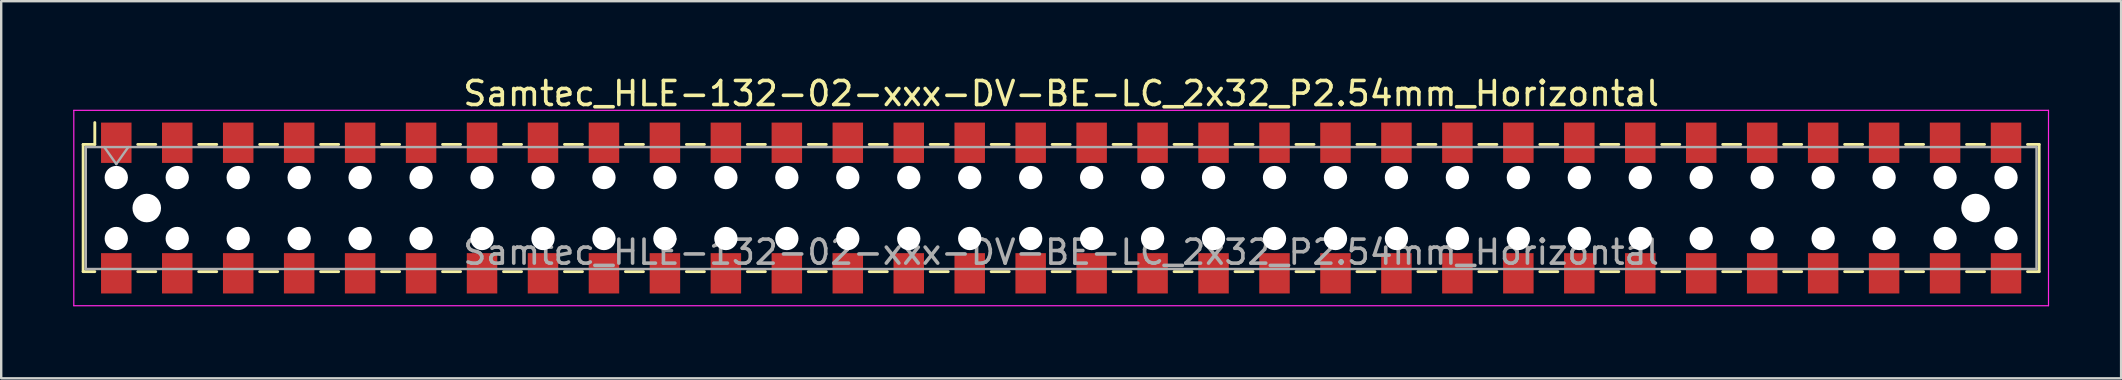
<source format=kicad_pcb>
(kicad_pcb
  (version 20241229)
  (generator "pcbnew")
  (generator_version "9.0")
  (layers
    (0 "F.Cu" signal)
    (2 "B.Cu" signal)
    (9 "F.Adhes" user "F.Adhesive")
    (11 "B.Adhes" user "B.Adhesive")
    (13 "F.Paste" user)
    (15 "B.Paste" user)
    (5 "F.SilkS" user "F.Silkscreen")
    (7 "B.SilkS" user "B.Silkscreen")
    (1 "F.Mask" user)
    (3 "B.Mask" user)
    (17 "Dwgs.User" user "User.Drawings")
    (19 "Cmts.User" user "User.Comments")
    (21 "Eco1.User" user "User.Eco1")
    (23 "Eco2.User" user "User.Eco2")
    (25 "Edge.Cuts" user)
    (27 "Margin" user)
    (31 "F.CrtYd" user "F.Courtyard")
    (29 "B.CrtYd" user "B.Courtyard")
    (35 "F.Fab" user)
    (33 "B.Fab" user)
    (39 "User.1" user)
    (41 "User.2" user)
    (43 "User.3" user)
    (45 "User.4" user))
  (footprint "Samtec_HLE-132-02-xxx-DV-BE-LC_2x32_P2.54mm_Horizontal"
    (layer "F.Cu")
    (at 41.165 5.618)
    (property "Reference" "Samtec_HLE-132-02-xxx-DV-BE-LC_2x32_P2.54mm_Horizontal" (at 0 -4.77 0) (layer "F.SilkS") (effects (font (size 1 1) (thickness 0.15))))
    (attr smd)
    (fp_line (start -40.75 -2.65) (end -40.75 2.65) (stroke (width 0.12) (type solid)) (layer "F.SilkS"))
    (fp_line (start -40.75 2.65) (end -40.265 2.65) (stroke (width 0.12) (type solid)) (layer "F.SilkS"))
    (fp_line (start -40.265 -3.56) (end -40.265 -2.65) (stroke (width 0.12) (type solid)) (layer "F.SilkS"))
    (fp_line (start -40.265 -2.65) (end -40.75 -2.65) (stroke (width 0.12) (type solid)) (layer "F.SilkS"))
    (fp_line (start -38.475 -2.65) (end -37.725 -2.65) (stroke (width 0.12) (type solid)) (layer "F.SilkS"))
    (fp_line (start -38.475 2.65) (end -37.725 2.65) (stroke (width 0.12) (type solid)) (layer "F.SilkS"))
    (fp_line (start -35.935 -2.65) (end -35.185 -2.65) (stroke (width 0.12) (type solid)) (layer "F.SilkS"))
    (fp_line (start -35.935 2.65) (end -35.185 2.65) (stroke (width 0.12) (type solid)) (layer "F.SilkS"))
    (fp_line (start -33.395 -2.65) (end -32.645 -2.65) (stroke (width 0.12) (type solid)) (layer "F.SilkS"))
    (fp_line (start -33.395 2.65) (end -32.645 2.65) (stroke (width 0.12) (type solid)) (layer "F.SilkS"))
    (fp_line (start -30.855 -2.65) (end -30.105 -2.65) (stroke (width 0.12) (type solid)) (layer "F.SilkS"))
    (fp_line (start -30.855 2.65) (end -30.105 2.65) (stroke (width 0.12) (type solid)) (layer "F.SilkS"))
    (fp_line (start -28.315 -2.65) (end -27.565 -2.65) (stroke (width 0.12) (type solid)) (layer "F.SilkS"))
    (fp_line (start -28.315 2.65) (end -27.565 2.65) (stroke (width 0.12) (type solid)) (layer "F.SilkS"))
    (fp_line (start -25.775 -2.65) (end -25.025 -2.65) (stroke (width 0.12) (type solid)) (layer "F.SilkS"))
    (fp_line (start -25.775 2.65) (end -25.025 2.65) (stroke (width 0.12) (type solid)) (layer "F.SilkS"))
    (fp_line (start -23.235 -2.65) (end -22.485 -2.65) (stroke (width 0.12) (type solid)) (layer "F.SilkS"))
    (fp_line (start -23.235 2.65) (end -22.485 2.65) (stroke (width 0.12) (type solid)) (layer "F.SilkS"))
    (fp_line (start -20.695 -2.65) (end -19.945 -2.65) (stroke (width 0.12) (type solid)) (layer "F.SilkS"))
    (fp_line (start -20.695 2.65) (end -19.945 2.65) (stroke (width 0.12) (type solid)) (layer "F.SilkS"))
    (fp_line (start -18.155 -2.65) (end -17.405 -2.65) (stroke (width 0.12) (type solid)) (layer "F.SilkS"))
    (fp_line (start -18.155 2.65) (end -17.405 2.65) (stroke (width 0.12) (type solid)) (layer "F.SilkS"))
    (fp_line (start -15.615 -2.65) (end -14.865 -2.65) (stroke (width 0.12) (type solid)) (layer "F.SilkS"))
    (fp_line (start -15.615 2.65) (end -14.865 2.65) (stroke (width 0.12) (type solid)) (layer "F.SilkS"))
    (fp_line (start -13.075 -2.65) (end -12.325 -2.65) (stroke (width 0.12) (type solid)) (layer "F.SilkS"))
    (fp_line (start -13.075 2.65) (end -12.325 2.65) (stroke (width 0.12) (type solid)) (layer "F.SilkS"))
    (fp_line (start -10.535 -2.65) (end -9.785 -2.65) (stroke (width 0.12) (type solid)) (layer "F.SilkS"))
    (fp_line (start -10.535 2.65) (end -9.785 2.65) (stroke (width 0.12) (type solid)) (layer "F.SilkS"))
    (fp_line (start -7.995 -2.65) (end -7.245 -2.65) (stroke (width 0.12) (type solid)) (layer "F.SilkS"))
    (fp_line (start -7.995 2.65) (end -7.245 2.65) (stroke (width 0.12) (type solid)) (layer "F.SilkS"))
    (fp_line (start -5.455 -2.65) (end -4.705 -2.65) (stroke (width 0.12) (type solid)) (layer "F.SilkS"))
    (fp_line (start -5.455 2.65) (end -4.705 2.65) (stroke (width 0.12) (type solid)) (layer "F.SilkS"))
    (fp_line (start -2.915 -2.65) (end -2.165 -2.65) (stroke (width 0.12) (type solid)) (layer "F.SilkS"))
    (fp_line (start -2.915 2.65) (end -2.165 2.65) (stroke (width 0.12) (type solid)) (layer "F.SilkS"))
    (fp_line (start -0.375 -2.65) (end 0.375 -2.65) (stroke (width 0.12) (type solid)) (layer "F.SilkS"))
    (fp_line (start -0.375 2.65) (end 0.375 2.65) (stroke (width 0.12) (type solid)) (layer "F.SilkS"))
    (fp_line (start 2.165 -2.65) (end 2.915 -2.65) (stroke (width 0.12) (type solid)) (layer "F.SilkS"))
    (fp_line (start 2.165 2.65) (end 2.915 2.65) (stroke (width 0.12) (type solid)) (layer "F.SilkS"))
    (fp_line (start 4.705 -2.65) (end 5.455 -2.65) (stroke (width 0.12) (type solid)) (layer "F.SilkS"))
    (fp_line (start 4.705 2.65) (end 5.455 2.65) (stroke (width 0.12) (type solid)) (layer "F.SilkS"))
    (fp_line (start 7.245 -2.65) (end 7.995 -2.65) (stroke (width 0.12) (type solid)) (layer "F.SilkS"))
    (fp_line (start 7.245 2.65) (end 7.995 2.65) (stroke (width 0.12) (type solid)) (layer "F.SilkS"))
    (fp_line (start 9.785 -2.65) (end 10.535 -2.65) (stroke (width 0.12) (type solid)) (layer "F.SilkS"))
    (fp_line (start 9.785 2.65) (end 10.535 2.65) (stroke (width 0.12) (type solid)) (layer "F.SilkS"))
    (fp_line (start 12.325 -2.65) (end 13.075 -2.65) (stroke (width 0.12) (type solid)) (layer "F.SilkS"))
    (fp_line (start 12.325 2.65) (end 13.075 2.65) (stroke (width 0.12) (type solid)) (layer "F.SilkS"))
    (fp_line (start 14.865 -2.65) (end 15.615 -2.65) (stroke (width 0.12) (type solid)) (layer "F.SilkS"))
    (fp_line (start 14.865 2.65) (end 15.615 2.65) (stroke (width 0.12) (type solid)) (layer "F.SilkS"))
    (fp_line (start 17.405 -2.65) (end 18.155 -2.65) (stroke (width 0.12) (type solid)) (layer "F.SilkS"))
    (fp_line (start 17.405 2.65) (end 18.155 2.65) (stroke (width 0.12) (type solid)) (layer "F.SilkS"))
    (fp_line (start 19.945 -2.65) (end 20.695 -2.65) (stroke (width 0.12) (type solid)) (layer "F.SilkS"))
    (fp_line (start 19.945 2.65) (end 20.695 2.65) (stroke (width 0.12) (type solid)) (layer "F.SilkS"))
    (fp_line (start 22.485 -2.65) (end 23.235 -2.65) (stroke (width 0.12) (type solid)) (layer "F.SilkS"))
    (fp_line (start 22.485 2.65) (end 23.235 2.65) (stroke (width 0.12) (type solid)) (layer "F.SilkS"))
    (fp_line (start 25.025 -2.65) (end 25.775 -2.65) (stroke (width 0.12) (type solid)) (layer "F.SilkS"))
    (fp_line (start 25.025 2.65) (end 25.775 2.65) (stroke (width 0.12) (type solid)) (layer "F.SilkS"))
    (fp_line (start 27.565 -2.65) (end 28.315 -2.65) (stroke (width 0.12) (type solid)) (layer "F.SilkS"))
    (fp_line (start 27.565 2.65) (end 28.315 2.65) (stroke (width 0.12) (type solid)) (layer "F.SilkS"))
    (fp_line (start 30.105 -2.65) (end 30.855 -2.65) (stroke (width 0.12) (type solid)) (layer "F.SilkS"))
    (fp_line (start 30.105 2.65) (end 30.855 2.65) (stroke (width 0.12) (type solid)) (layer "F.SilkS"))
    (fp_line (start 32.645 -2.65) (end 33.395 -2.65) (stroke (width 0.12) (type solid)) (layer "F.SilkS"))
    (fp_line (start 32.645 2.65) (end 33.395 2.65) (stroke (width 0.12) (type solid)) (layer "F.SilkS"))
    (fp_line (start 35.185 -2.65) (end 35.935 -2.65) (stroke (width 0.12) (type solid)) (layer "F.SilkS"))
    (fp_line (start 35.185 2.65) (end 35.935 2.65) (stroke (width 0.12) (type solid)) (layer "F.SilkS"))
    (fp_line (start 37.725 -2.65) (end 38.475 -2.65) (stroke (width 0.12) (type solid)) (layer "F.SilkS"))
    (fp_line (start 37.725 2.65) (end 38.475 2.65) (stroke (width 0.12) (type solid)) (layer "F.SilkS"))
    (fp_line (start 40.265 -2.65) (end 40.75 -2.65) (stroke (width 0.12) (type solid)) (layer "F.SilkS"))
    (fp_line (start 40.75 -2.65) (end 40.75 2.65) (stroke (width 0.12) (type solid)) (layer "F.SilkS"))
    (fp_line (start 40.75 2.65) (end 40.265 2.65) (stroke (width 0.12) (type solid)) (layer "F.SilkS"))
    (fp_line (start -41.14 -4.07) (end 41.14 -4.07) (stroke (width 0.05) (type solid)) (layer "F.CrtYd"))
    (fp_line (start -41.14 4.07) (end -41.14 -4.07) (stroke (width 0.05) (type solid)) (layer "F.CrtYd"))
    (fp_line (start 41.14 -4.07) (end 41.14 4.07) (stroke (width 0.05) (type solid)) (layer "F.CrtYd"))
    (fp_line (start 41.14 4.07) (end -41.14 4.07) (stroke (width 0.05) (type solid)) (layer "F.CrtYd"))
    (fp_line (start -40.64 -2.54) (end 40.64 -2.54) (stroke (width 0.1) (type solid)) (layer "F.Fab"))
    (fp_line (start -40.64 2.54) (end -40.64 -2.54) (stroke (width 0.1) (type solid)) (layer "F.Fab"))
    (fp_line (start -39.87 -2.54) (end -39.37 -1.833) (stroke (width 0.1) (type solid)) (layer "F.Fab"))
    (fp_line (start -39.37 -1.833) (end -38.87 -2.54) (stroke (width 0.1) (type solid)) (layer "F.Fab"))
    (fp_line (start 40.64 -2.54) (end 40.64 2.54) (stroke (width 0.1) (type solid)) (layer "F.Fab"))
    (fp_line (start 40.64 2.54) (end -40.64 2.54) (stroke (width 0.1) (type solid)) (layer "F.Fab"))
    (fp_text user "${REFERENCE}" (at 0 1.84 0) (layer "F.Fab") (effects (font (size 1 1) (thickness 0.15))))
    (pad "" np_thru_hole circle (at -39.37 -1.27) (size 0.97 0.97) (drill 0.97) (layers "*.Cu" "*.Mask"))
    (pad "" np_thru_hole circle (at -39.37 1.27) (size 0.97 0.97) (drill 0.97) (layers "*.Cu" "*.Mask"))
    (pad "" np_thru_hole circle (at -38.1 0) (size 1.19 1.19) (drill 1.19) (layers "*.Cu" "*.Mask"))
    (pad "" np_thru_hole circle (at -36.83 -1.27) (size 0.97 0.97) (drill 0.97) (layers "*.Cu" "*.Mask"))
    (pad "" np_thru_hole circle (at -36.83 1.27) (size 0.97 0.97) (drill 0.97) (layers "*.Cu" "*.Mask"))
    (pad "" np_thru_hole circle (at -34.29 -1.27) (size 0.97 0.97) (drill 0.97) (layers "*.Cu" "*.Mask"))
    (pad "" np_thru_hole circle (at -34.29 1.27) (size 0.97 0.97) (drill 0.97) (layers "*.Cu" "*.Mask"))
    (pad "" np_thru_hole circle (at -31.75 -1.27) (size 0.97 0.97) (drill 0.97) (layers "*.Cu" "*.Mask"))
    (pad "" np_thru_hole circle (at -31.75 1.27) (size 0.97 0.97) (drill 0.97) (layers "*.Cu" "*.Mask"))
    (pad "" np_thru_hole circle (at -29.21 -1.27) (size 0.97 0.97) (drill 0.97) (layers "*.Cu" "*.Mask"))
    (pad "" np_thru_hole circle (at -29.21 1.27) (size 0.97 0.97) (drill 0.97) (layers "*.Cu" "*.Mask"))
    (pad "" np_thru_hole circle (at -26.67 -1.27) (size 0.97 0.97) (drill 0.97) (layers "*.Cu" "*.Mask"))
    (pad "" np_thru_hole circle (at -26.67 1.27) (size 0.97 0.97) (drill 0.97) (layers "*.Cu" "*.Mask"))
    (pad "" np_thru_hole circle (at -24.13 -1.27) (size 0.97 0.97) (drill 0.97) (layers "*.Cu" "*.Mask"))
    (pad "" np_thru_hole circle (at -24.13 1.27) (size 0.97 0.97) (drill 0.97) (layers "*.Cu" "*.Mask"))
    (pad "" np_thru_hole circle (at -21.59 -1.27) (size 0.97 0.97) (drill 0.97) (layers "*.Cu" "*.Mask"))
    (pad "" np_thru_hole circle (at -21.59 1.27) (size 0.97 0.97) (drill 0.97) (layers "*.Cu" "*.Mask"))
    (pad "" np_thru_hole circle (at -19.05 -1.27) (size 0.97 0.97) (drill 0.97) (layers "*.Cu" "*.Mask"))
    (pad "" np_thru_hole circle (at -19.05 1.27) (size 0.97 0.97) (drill 0.97) (layers "*.Cu" "*.Mask"))
    (pad "" np_thru_hole circle (at -16.51 -1.27) (size 0.97 0.97) (drill 0.97) (layers "*.Cu" "*.Mask"))
    (pad "" np_thru_hole circle (at -16.51 1.27) (size 0.97 0.97) (drill 0.97) (layers "*.Cu" "*.Mask"))
    (pad "" np_thru_hole circle (at -13.97 -1.27) (size 0.97 0.97) (drill 0.97) (layers "*.Cu" "*.Mask"))
    (pad "" np_thru_hole circle (at -13.97 1.27) (size 0.97 0.97) (drill 0.97) (layers "*.Cu" "*.Mask"))
    (pad "" np_thru_hole circle (at -11.43 -1.27) (size 0.97 0.97) (drill 0.97) (layers "*.Cu" "*.Mask"))
    (pad "" np_thru_hole circle (at -11.43 1.27) (size 0.97 0.97) (drill 0.97) (layers "*.Cu" "*.Mask"))
    (pad "" np_thru_hole circle (at -8.89 -1.27) (size 0.97 0.97) (drill 0.97) (layers "*.Cu" "*.Mask"))
    (pad "" np_thru_hole circle (at -8.89 1.27) (size 0.97 0.97) (drill 0.97) (layers "*.Cu" "*.Mask"))
    (pad "" np_thru_hole circle (at -6.35 -1.27) (size 0.97 0.97) (drill 0.97) (layers "*.Cu" "*.Mask"))
    (pad "" np_thru_hole circle (at -6.35 1.27) (size 0.97 0.97) (drill 0.97) (layers "*.Cu" "*.Mask"))
    (pad "" np_thru_hole circle (at -3.81 -1.27) (size 0.97 0.97) (drill 0.97) (layers "*.Cu" "*.Mask"))
    (pad "" np_thru_hole circle (at -3.81 1.27) (size 0.97 0.97) (drill 0.97) (layers "*.Cu" "*.Mask"))
    (pad "" np_thru_hole circle (at -1.27 -1.27) (size 0.97 0.97) (drill 0.97) (layers "*.Cu" "*.Mask"))
    (pad "" np_thru_hole circle (at -1.27 1.27) (size 0.97 0.97) (drill 0.97) (layers "*.Cu" "*.Mask"))
    (pad "" np_thru_hole circle (at 1.27 -1.27) (size 0.97 0.97) (drill 0.97) (layers "*.Cu" "*.Mask"))
    (pad "" np_thru_hole circle (at 1.27 1.27) (size 0.97 0.97) (drill 0.97) (layers "*.Cu" "*.Mask"))
    (pad "" np_thru_hole circle (at 3.81 -1.27) (size 0.97 0.97) (drill 0.97) (layers "*.Cu" "*.Mask"))
    (pad "" np_thru_hole circle (at 3.81 1.27) (size 0.97 0.97) (drill 0.97) (layers "*.Cu" "*.Mask"))
    (pad "" np_thru_hole circle (at 6.35 -1.27) (size 0.97 0.97) (drill 0.97) (layers "*.Cu" "*.Mask"))
    (pad "" np_thru_hole circle (at 6.35 1.27) (size 0.97 0.97) (drill 0.97) (layers "*.Cu" "*.Mask"))
    (pad "" np_thru_hole circle (at 8.89 -1.27) (size 0.97 0.97) (drill 0.97) (layers "*.Cu" "*.Mask"))
    (pad "" np_thru_hole circle (at 8.89 1.27) (size 0.97 0.97) (drill 0.97) (layers "*.Cu" "*.Mask"))
    (pad "" np_thru_hole circle (at 11.43 -1.27) (size 0.97 0.97) (drill 0.97) (layers "*.Cu" "*.Mask"))
    (pad "" np_thru_hole circle (at 11.43 1.27) (size 0.97 0.97) (drill 0.97) (layers "*.Cu" "*.Mask"))
    (pad "" np_thru_hole circle (at 13.97 -1.27) (size 0.97 0.97) (drill 0.97) (layers "*.Cu" "*.Mask"))
    (pad "" np_thru_hole circle (at 13.97 1.27) (size 0.97 0.97) (drill 0.97) (layers "*.Cu" "*.Mask"))
    (pad "" np_thru_hole circle (at 16.51 -1.27) (size 0.97 0.97) (drill 0.97) (layers "*.Cu" "*.Mask"))
    (pad "" np_thru_hole circle (at 16.51 1.27) (size 0.97 0.97) (drill 0.97) (layers "*.Cu" "*.Mask"))
    (pad "" np_thru_hole circle (at 19.05 -1.27) (size 0.97 0.97) (drill 0.97) (layers "*.Cu" "*.Mask"))
    (pad "" np_thru_hole circle (at 19.05 1.27) (size 0.97 0.97) (drill 0.97) (layers "*.Cu" "*.Mask"))
    (pad "" np_thru_hole circle (at 21.59 -1.27) (size 0.97 0.97) (drill 0.97) (layers "*.Cu" "*.Mask"))
    (pad "" np_thru_hole circle (at 21.59 1.27) (size 0.97 0.97) (drill 0.97) (layers "*.Cu" "*.Mask"))
    (pad "" np_thru_hole circle (at 24.13 -1.27) (size 0.97 0.97) (drill 0.97) (layers "*.Cu" "*.Mask"))
    (pad "" np_thru_hole circle (at 24.13 1.27) (size 0.97 0.97) (drill 0.97) (layers "*.Cu" "*.Mask"))
    (pad "" np_thru_hole circle (at 26.67 -1.27) (size 0.97 0.97) (drill 0.97) (layers "*.Cu" "*.Mask"))
    (pad "" np_thru_hole circle (at 26.67 1.27) (size 0.97 0.97) (drill 0.97) (layers "*.Cu" "*.Mask"))
    (pad "" np_thru_hole circle (at 29.21 -1.27) (size 0.97 0.97) (drill 0.97) (layers "*.Cu" "*.Mask"))
    (pad "" np_thru_hole circle (at 29.21 1.27) (size 0.97 0.97) (drill 0.97) (layers "*.Cu" "*.Mask"))
    (pad "" np_thru_hole circle (at 31.75 -1.27) (size 0.97 0.97) (drill 0.97) (layers "*.Cu" "*.Mask"))
    (pad "" np_thru_hole circle (at 31.75 1.27) (size 0.97 0.97) (drill 0.97) (layers "*.Cu" "*.Mask"))
    (pad "" np_thru_hole circle (at 34.29 -1.27) (size 0.97 0.97) (drill 0.97) (layers "*.Cu" "*.Mask"))
    (pad "" np_thru_hole circle (at 34.29 1.27) (size 0.97 0.97) (drill 0.97) (layers "*.Cu" "*.Mask"))
    (pad "" np_thru_hole circle (at 36.83 -1.27) (size 0.97 0.97) (drill 0.97) (layers "*.Cu" "*.Mask"))
    (pad "" np_thru_hole circle (at 36.83 1.27) (size 0.97 0.97) (drill 0.97) (layers "*.Cu" "*.Mask"))
    (pad "" np_thru_hole circle (at 38.1 0) (size 1.19 1.19) (drill 1.19) (layers "*.Cu" "*.Mask"))
    (pad "" np_thru_hole circle (at 39.37 -1.27) (size 0.97 0.97) (drill 0.97) (layers "*.Cu" "*.Mask"))
    (pad "" np_thru_hole circle (at 39.37 1.27) (size 0.97 0.97) (drill 0.97) (layers "*.Cu" "*.Mask"))
    (pad "1" smd rect (at -39.37 -2.72) (size 1.27 1.68) (layers "F.Cu" "F.Mask" "F.Paste"))
    (pad "2" smd rect (at -39.37 2.72) (size 1.27 1.68) (layers "F.Cu" "F.Mask" "F.Paste"))
    (pad "3" smd rect (at -36.83 -2.72) (size 1.27 1.68) (layers "F.Cu" "F.Mask" "F.Paste"))
    (pad "4" smd rect (at -36.83 2.72) (size 1.27 1.68) (layers "F.Cu" "F.Mask" "F.Paste"))
    (pad "5" smd rect (at -34.29 -2.72) (size 1.27 1.68) (layers "F.Cu" "F.Mask" "F.Paste"))
    (pad "6" smd rect (at -34.29 2.72) (size 1.27 1.68) (layers "F.Cu" "F.Mask" "F.Paste"))
    (pad "7" smd rect (at -31.75 -2.72) (size 1.27 1.68) (layers "F.Cu" "F.Mask" "F.Paste"))
    (pad "8" smd rect (at -31.75 2.72) (size 1.27 1.68) (layers "F.Cu" "F.Mask" "F.Paste"))
    (pad "9" smd rect (at -29.21 -2.72) (size 1.27 1.68) (layers "F.Cu" "F.Mask" "F.Paste"))
    (pad "10" smd rect (at -29.21 2.72) (size 1.27 1.68) (layers "F.Cu" "F.Mask" "F.Paste"))
    (pad "11" smd rect (at -26.67 -2.72) (size 1.27 1.68) (layers "F.Cu" "F.Mask" "F.Paste"))
    (pad "12" smd rect (at -26.67 2.72) (size 1.27 1.68) (layers "F.Cu" "F.Mask" "F.Paste"))
    (pad "13" smd rect (at -24.13 -2.72) (size 1.27 1.68) (layers "F.Cu" "F.Mask" "F.Paste"))
    (pad "14" smd rect (at -24.13 2.72) (size 1.27 1.68) (layers "F.Cu" "F.Mask" "F.Paste"))
    (pad "15" smd rect (at -21.59 -2.72) (size 1.27 1.68) (layers "F.Cu" "F.Mask" "F.Paste"))
    (pad "16" smd rect (at -21.59 2.72) (size 1.27 1.68) (layers "F.Cu" "F.Mask" "F.Paste"))
    (pad "17" smd rect (at -19.05 -2.72) (size 1.27 1.68) (layers "F.Cu" "F.Mask" "F.Paste"))
    (pad "18" smd rect (at -19.05 2.72) (size 1.27 1.68) (layers "F.Cu" "F.Mask" "F.Paste"))
    (pad "19" smd rect (at -16.51 -2.72) (size 1.27 1.68) (layers "F.Cu" "F.Mask" "F.Paste"))
    (pad "20" smd rect (at -16.51 2.72) (size 1.27 1.68) (layers "F.Cu" "F.Mask" "F.Paste"))
    (pad "21" smd rect (at -13.97 -2.72) (size 1.27 1.68) (layers "F.Cu" "F.Mask" "F.Paste"))
    (pad "22" smd rect (at -13.97 2.72) (size 1.27 1.68) (layers "F.Cu" "F.Mask" "F.Paste"))
    (pad "23" smd rect (at -11.43 -2.72) (size 1.27 1.68) (layers "F.Cu" "F.Mask" "F.Paste"))
    (pad "24" smd rect (at -11.43 2.72) (size 1.27 1.68) (layers "F.Cu" "F.Mask" "F.Paste"))
    (pad "25" smd rect (at -8.89 -2.72) (size 1.27 1.68) (layers "F.Cu" "F.Mask" "F.Paste"))
    (pad "26" smd rect (at -8.89 2.72) (size 1.27 1.68) (layers "F.Cu" "F.Mask" "F.Paste"))
    (pad "27" smd rect (at -6.35 -2.72) (size 1.27 1.68) (layers "F.Cu" "F.Mask" "F.Paste"))
    (pad "28" smd rect (at -6.35 2.72) (size 1.27 1.68) (layers "F.Cu" "F.Mask" "F.Paste"))
    (pad "29" smd rect (at -3.81 -2.72) (size 1.27 1.68) (layers "F.Cu" "F.Mask" "F.Paste"))
    (pad "30" smd rect (at -3.81 2.72) (size 1.27 1.68) (layers "F.Cu" "F.Mask" "F.Paste"))
    (pad "31" smd rect (at -1.27 -2.72) (size 1.27 1.68) (layers "F.Cu" "F.Mask" "F.Paste"))
    (pad "32" smd rect (at -1.27 2.72) (size 1.27 1.68) (layers "F.Cu" "F.Mask" "F.Paste"))
    (pad "33" smd rect (at 1.27 -2.72) (size 1.27 1.68) (layers "F.Cu" "F.Mask" "F.Paste"))
    (pad "34" smd rect (at 1.27 2.72) (size 1.27 1.68) (layers "F.Cu" "F.Mask" "F.Paste"))
    (pad "35" smd rect (at 3.81 -2.72) (size 1.27 1.68) (layers "F.Cu" "F.Mask" "F.Paste"))
    (pad "36" smd rect (at 3.81 2.72) (size 1.27 1.68) (layers "F.Cu" "F.Mask" "F.Paste"))
    (pad "37" smd rect (at 6.35 -2.72) (size 1.27 1.68) (layers "F.Cu" "F.Mask" "F.Paste"))
    (pad "38" smd rect (at 6.35 2.72) (size 1.27 1.68) (layers "F.Cu" "F.Mask" "F.Paste"))
    (pad "39" smd rect (at 8.89 -2.72) (size 1.27 1.68) (layers "F.Cu" "F.Mask" "F.Paste"))
    (pad "40" smd rect (at 8.89 2.72) (size 1.27 1.68) (layers "F.Cu" "F.Mask" "F.Paste"))
    (pad "41" smd rect (at 11.43 -2.72) (size 1.27 1.68) (layers "F.Cu" "F.Mask" "F.Paste"))
    (pad "42" smd rect (at 11.43 2.72) (size 1.27 1.68) (layers "F.Cu" "F.Mask" "F.Paste"))
    (pad "43" smd rect (at 13.97 -2.72) (size 1.27 1.68) (layers "F.Cu" "F.Mask" "F.Paste"))
    (pad "44" smd rect (at 13.97 2.72) (size 1.27 1.68) (layers "F.Cu" "F.Mask" "F.Paste"))
    (pad "45" smd rect (at 16.51 -2.72) (size 1.27 1.68) (layers "F.Cu" "F.Mask" "F.Paste"))
    (pad "46" smd rect (at 16.51 2.72) (size 1.27 1.68) (layers "F.Cu" "F.Mask" "F.Paste"))
    (pad "47" smd rect (at 19.05 -2.72) (size 1.27 1.68) (layers "F.Cu" "F.Mask" "F.Paste"))
    (pad "48" smd rect (at 19.05 2.72) (size 1.27 1.68) (layers "F.Cu" "F.Mask" "F.Paste"))
    (pad "49" smd rect (at 21.59 -2.72) (size 1.27 1.68) (layers "F.Cu" "F.Mask" "F.Paste"))
    (pad "50" smd rect (at 21.59 2.72) (size 1.27 1.68) (layers "F.Cu" "F.Mask" "F.Paste"))
    (pad "51" smd rect (at 24.13 -2.72) (size 1.27 1.68) (layers "F.Cu" "F.Mask" "F.Paste"))
    (pad "52" smd rect (at 24.13 2.72) (size 1.27 1.68) (layers "F.Cu" "F.Mask" "F.Paste"))
    (pad "53" smd rect (at 26.67 -2.72) (size 1.27 1.68) (layers "F.Cu" "F.Mask" "F.Paste"))
    (pad "54" smd rect (at 26.67 2.72) (size 1.27 1.68) (layers "F.Cu" "F.Mask" "F.Paste"))
    (pad "55" smd rect (at 29.21 -2.72) (size 1.27 1.68) (layers "F.Cu" "F.Mask" "F.Paste"))
    (pad "56" smd rect (at 29.21 2.72) (size 1.27 1.68) (layers "F.Cu" "F.Mask" "F.Paste"))
    (pad "57" smd rect (at 31.75 -2.72) (size 1.27 1.68) (layers "F.Cu" "F.Mask" "F.Paste"))
    (pad "58" smd rect (at 31.75 2.72) (size 1.27 1.68) (layers "F.Cu" "F.Mask" "F.Paste"))
    (pad "59" smd rect (at 34.29 -2.72) (size 1.27 1.68) (layers "F.Cu" "F.Mask" "F.Paste"))
    (pad "60" smd rect (at 34.29 2.72) (size 1.27 1.68) (layers "F.Cu" "F.Mask" "F.Paste"))
    (pad "61" smd rect (at 36.83 -2.72) (size 1.27 1.68) (layers "F.Cu" "F.Mask" "F.Paste"))
    (pad "62" smd rect (at 36.83 2.72) (size 1.27 1.68) (layers "F.Cu" "F.Mask" "F.Paste"))
    (pad "63" smd rect (at 39.37 -2.72) (size 1.27 1.68) (layers "F.Cu" "F.Mask" "F.Paste"))
    (pad "64" smd rect (at 39.37 2.72) (size 1.27 1.68) (layers "F.Cu" "F.Mask" "F.Paste")))
  (gr_rect
    (start -3 -3)
    (end 85.33 12.713)
    (stroke (width 0.1) (type default))
    (fill no)
    (layer "Edge.Cuts")))
</source>
